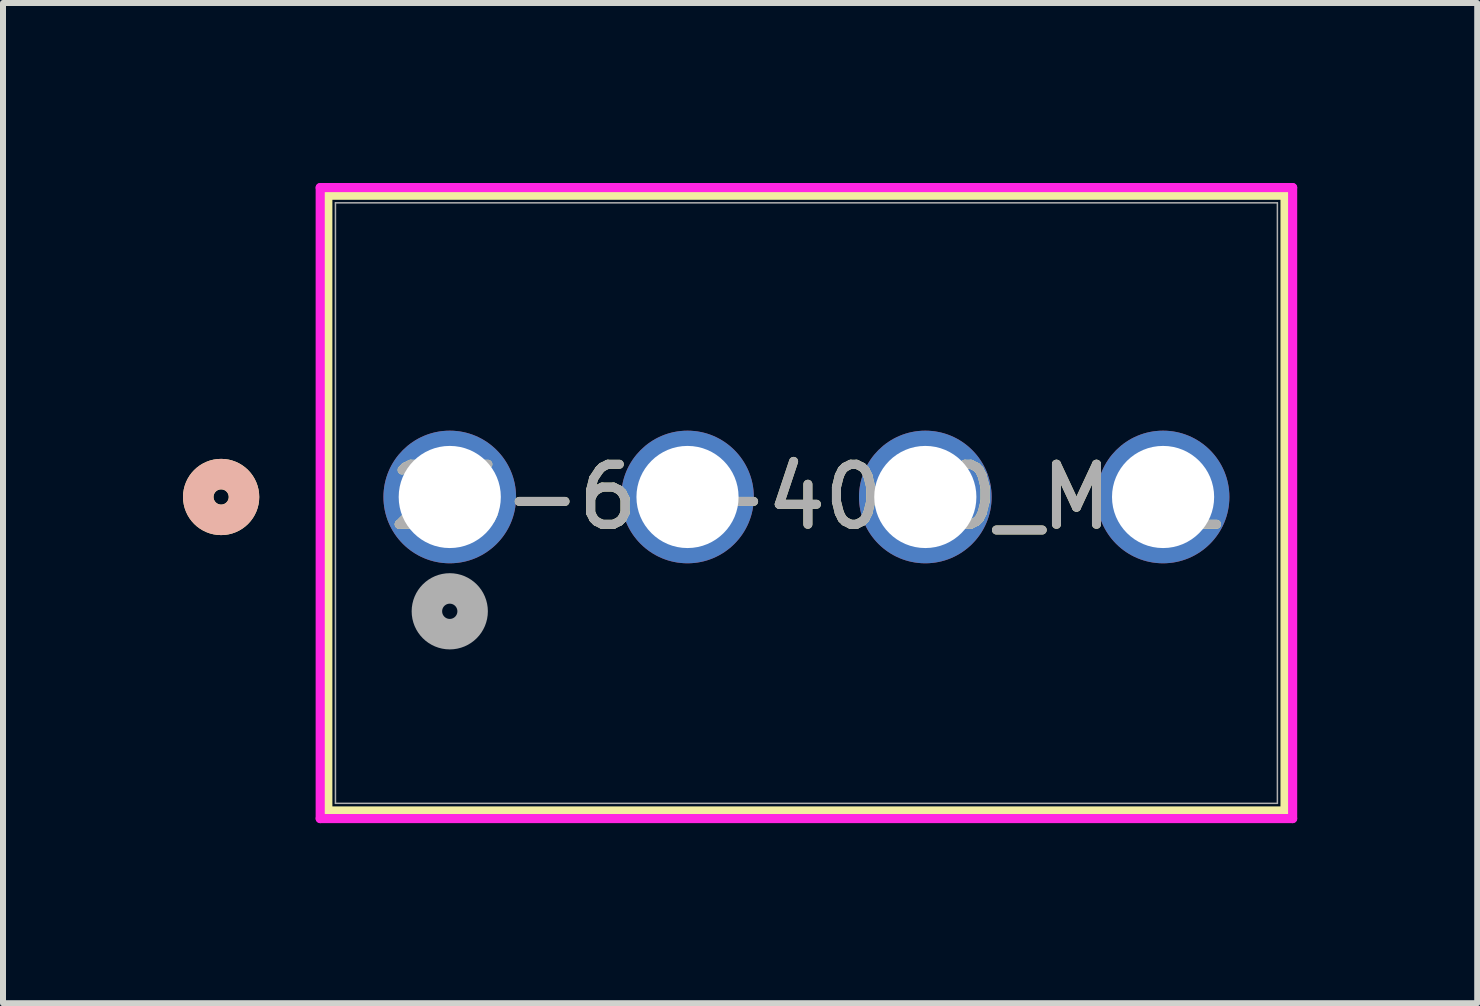
<source format=kicad_pcb>
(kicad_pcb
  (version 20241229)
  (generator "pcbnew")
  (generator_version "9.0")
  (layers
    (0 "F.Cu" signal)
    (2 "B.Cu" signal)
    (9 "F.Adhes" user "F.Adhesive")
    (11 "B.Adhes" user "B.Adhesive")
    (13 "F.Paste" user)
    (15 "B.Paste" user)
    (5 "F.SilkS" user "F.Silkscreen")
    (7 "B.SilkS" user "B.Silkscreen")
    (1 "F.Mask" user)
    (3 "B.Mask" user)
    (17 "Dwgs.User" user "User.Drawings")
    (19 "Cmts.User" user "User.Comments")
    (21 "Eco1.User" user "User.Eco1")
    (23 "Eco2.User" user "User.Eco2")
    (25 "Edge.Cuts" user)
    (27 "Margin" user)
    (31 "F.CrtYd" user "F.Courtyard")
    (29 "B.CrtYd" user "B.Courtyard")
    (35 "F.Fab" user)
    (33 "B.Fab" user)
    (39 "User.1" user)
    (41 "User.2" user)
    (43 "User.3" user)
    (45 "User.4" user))
  (footprint "26-60-4040_MOL"
    (layer "F.Cu")
    (at 4.445 5.232)
    (property "Reference" "26-60-4040_MOL" (at 5.944 0 0) (unlocked yes) (layer "F.SilkS") (effects (font (size 1 1) (thickness 0.15))))
    (attr through_hole)
    (fp_line (start -2.032 -5.029) (end -2.032 5.232) (stroke (width 0.152) (type solid)) (layer "F.SilkS"))
    (fp_line (start -2.032 5.232) (end 13.919 5.232) (stroke (width 0.152) (type solid)) (layer "F.SilkS"))
    (fp_line (start 13.919 -5.029) (end -2.032 -5.029) (stroke (width 0.152) (type solid)) (layer "F.SilkS"))
    (fp_line (start 13.919 5.232) (end 13.919 -5.029) (stroke (width 0.152) (type solid)) (layer "F.SilkS"))
    (fp_circle (center -3.81 0) (end -3.429 0) (stroke (width 0.508) (type solid)) (fill no) (layer "F.SilkS"))
    (fp_circle (center -3.81 0) (end -3.429 0) (stroke (width 0.508) (type solid)) (fill no) (layer "B.SilkS"))
    (fp_line (start -2.159 -5.156) (end -2.159 5.359) (stroke (width 0.152) (type solid)) (layer "F.CrtYd"))
    (fp_line (start -2.159 5.359) (end 14.046 5.359) (stroke (width 0.152) (type solid)) (layer "F.CrtYd"))
    (fp_line (start 14.046 -5.156) (end -2.159 -5.156) (stroke (width 0.152) (type solid)) (layer "F.CrtYd"))
    (fp_line (start 14.046 5.359) (end 14.046 -5.156) (stroke (width 0.152) (type solid)) (layer "F.CrtYd"))
    (fp_line (start -1.905 -4.902) (end -1.905 5.105) (stroke (width 0.025) (type solid)) (layer "F.Fab"))
    (fp_line (start -1.905 5.105) (end 13.792 5.105) (stroke (width 0.025) (type solid)) (layer "F.Fab"))
    (fp_line (start 13.792 -4.902) (end -1.905 -4.902) (stroke (width 0.025) (type solid)) (layer "F.Fab"))
    (fp_line (start 13.792 5.105) (end 13.792 -4.902) (stroke (width 0.025) (type solid)) (layer "F.Fab"))
    (fp_circle (center 0 1.905) (end 0.381 1.905) (stroke (width 0.508) (type solid)) (fill no) (layer "F.Fab"))
    (fp_text user "${REFERENCE}" (at 5.944 0 0) (unlocked yes) (layer "F.Fab") (effects (font (size 1 1) (thickness 0.15))))
    (pad "1" thru_hole circle (at 0 0) (size 2.21 2.21) (drill 1.702) (layers "*.Cu" "*.Mask"))
    (pad "2" thru_hole circle (at 3.962 0) (size 2.21 2.21) (drill 1.702) (layers "*.Cu" "*.Mask"))
    (pad "3" thru_hole circle (at 7.925 0) (size 2.21 2.21) (drill 1.702) (layers "*.Cu" "*.Mask"))
    (pad "4" thru_hole circle (at 11.887 0) (size 2.21 2.21) (drill 1.702) (layers "*.Cu" "*.Mask")))
  (gr_rect
    (start -3 -3)
    (end 21.567 13.668)
    (stroke (width 0.1) (type default))
    (fill no)
    (layer "Edge.Cuts")))
</source>
